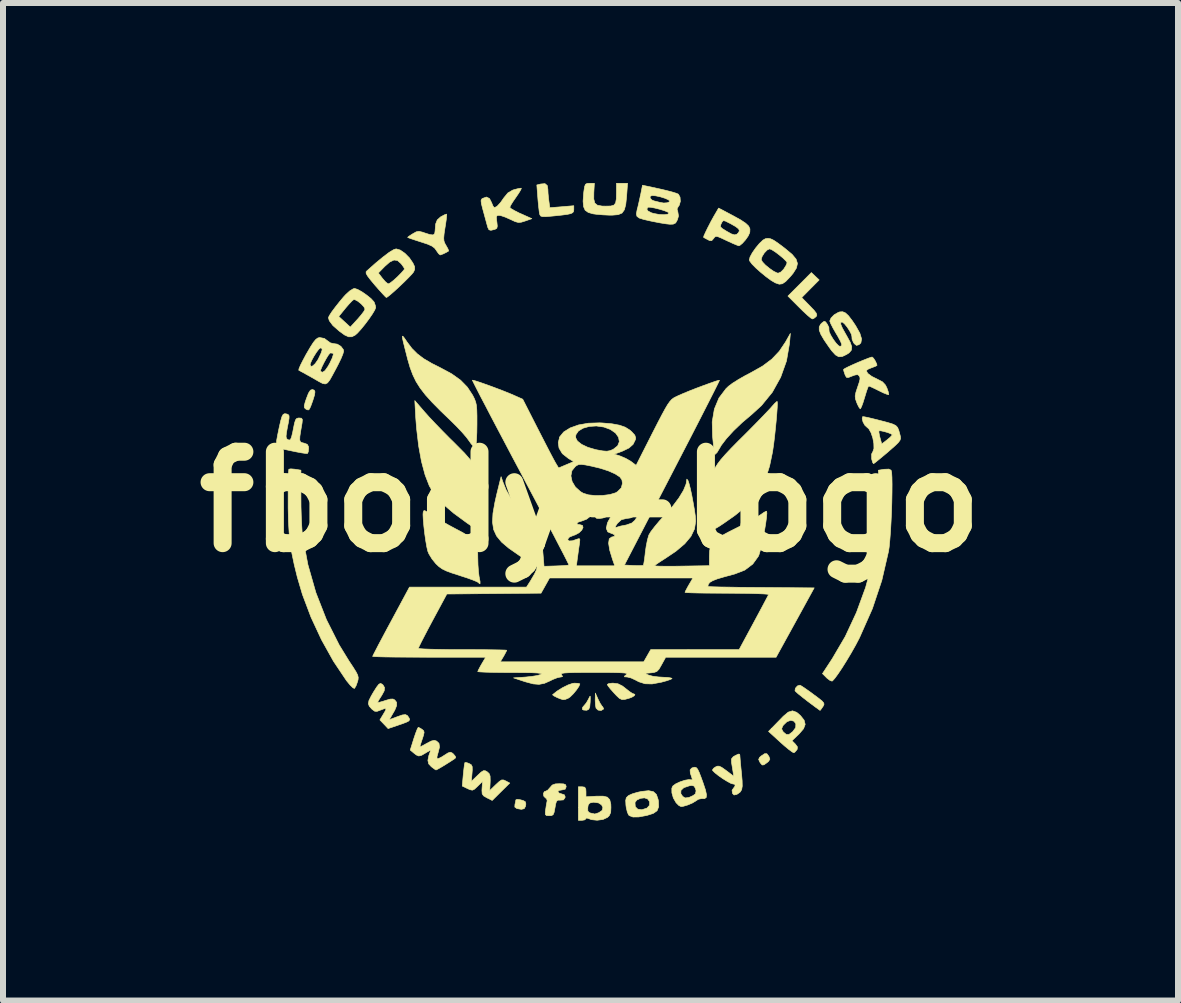
<source format=kicad_pcb>
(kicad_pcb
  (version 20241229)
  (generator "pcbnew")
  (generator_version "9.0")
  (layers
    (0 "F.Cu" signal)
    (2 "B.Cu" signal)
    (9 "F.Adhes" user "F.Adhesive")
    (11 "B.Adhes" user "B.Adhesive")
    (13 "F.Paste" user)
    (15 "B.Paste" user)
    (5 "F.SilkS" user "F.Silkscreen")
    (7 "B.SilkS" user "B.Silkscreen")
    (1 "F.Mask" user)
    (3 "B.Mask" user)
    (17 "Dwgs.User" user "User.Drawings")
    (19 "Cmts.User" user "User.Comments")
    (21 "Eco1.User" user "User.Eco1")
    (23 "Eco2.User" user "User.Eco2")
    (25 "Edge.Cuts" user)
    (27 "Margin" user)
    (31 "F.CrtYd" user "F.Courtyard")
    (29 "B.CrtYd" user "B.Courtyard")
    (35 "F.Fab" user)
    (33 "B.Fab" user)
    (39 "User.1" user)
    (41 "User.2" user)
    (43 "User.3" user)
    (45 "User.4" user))
  (footprint "fbody-logo"
    (layer "F.Cu")
    (at 6.793 5.314)
    (property "Reference" "fbody-logo" (at 0 0 0) (layer "F.SilkS") (effects (font (size 1.524 1.524) (thickness 0.3))))
    (attr through_hole)
    (fp_poly (pts (xy 0.279 0.203) (xy 0.293 0.224) (xy 0.261 0.25) (xy 0.259 0.251) (xy 0.207 0.27) (xy 0.149 0.278) (xy 0.103 0.276) (xy 0.085 0.262) (xy 0.087 0.257) (xy 0.127 0.227) (xy 0.189 0.205) (xy 0.251 0.197) (xy 0.279 0.203)) (stroke (width 0.01) (type solid)) (fill yes) (layer "F.SilkS"))
    (fp_poly (pts (xy -1.177 4.965) (xy -1.124 4.979) (xy -1.087 4.999) (xy -1.087 5) (xy -1.078 5.035) (xy -1.083 5.074) (xy -1.106 5.115) (xy -1.153 5.126) (xy -1.228 5.113) (xy -1.262 5.088) (xy -1.26 5.046) (xy -1.248 4.993) (xy -1.245 4.969) (xy -1.224 4.96) (xy -1.177 4.965)) (stroke (width 0.01) (type solid)) (fill yes) (layer "F.SilkS"))
    (fp_poly (pts (xy -0.004 3.275) (xy -0.006 3.34) (xy -0.013 3.417) (xy -0.029 3.457) (xy -0.058 3.473) (xy -0.067 3.475) (xy -0.117 3.471) (xy -0.137 3.459) (xy -0.132 3.426) (xy -0.11 3.4) (xy -0.07 3.352) (xy -0.034 3.289) (xy -0.014 3.247) (xy -0.005 3.24) (xy -0.004 3.275)) (stroke (width 0.01) (type solid)) (fill yes) (layer "F.SilkS"))
    (fp_poly (pts (xy 0.127 3.293) (xy 0.161 3.36) (xy 0.192 3.407) (xy 0.201 3.415) (xy 0.218 3.446) (xy 0.215 3.456) (xy 0.176 3.479) (xy 0.126 3.472) (xy 0.092 3.44) (xy 0.092 3.44) (xy 0.082 3.389) (xy 0.078 3.315) (xy 0.078 3.294) (xy 0.08 3.188) (xy 0.127 3.293)) (stroke (width 0.01) (type solid)) (fill yes) (layer "F.SilkS"))
    (fp_poly (pts (xy 2.939 4.199) (xy 2.971 4.241) (xy 2.974 4.246) (xy 2.989 4.29) (xy 2.968 4.326) (xy 2.943 4.347) (xy 2.891 4.384) (xy 2.861 4.387) (xy 2.834 4.357) (xy 2.822 4.339) (xy 2.802 4.295) (xy 2.817 4.261) (xy 2.844 4.237) (xy 2.901 4.199) (xy 2.939 4.199)) (stroke (width 0.01) (type solid)) (fill yes) (layer "F.SilkS"))
    (fp_poly (pts (xy -4.605 -1.86) (xy -4.593 -1.834) (xy -4.6 -1.781) (xy -4.628 -1.691) (xy -4.631 -1.682) (xy -4.663 -1.594) (xy -4.685 -1.546) (xy -4.705 -1.53) (xy -4.73 -1.537) (xy -4.75 -1.549) (xy -4.769 -1.568) (xy -4.772 -1.6) (xy -4.757 -1.658) (xy -4.737 -1.718) (xy -4.701 -1.811) (xy -4.669 -1.86) (xy -4.636 -1.872) (xy -4.605 -1.86)) (stroke (width 0.01) (type solid)) (fill yes) (layer "F.SilkS"))
    (fp_poly (pts (xy 3.746 -3.759) (xy 3.811 -3.698) (xy 3.665 -3.551) (xy 3.52 -3.404) (xy 3.656 -3.265) (xy 3.725 -3.193) (xy 3.762 -3.145) (xy 3.772 -3.113) (xy 3.761 -3.088) (xy 3.76 -3.087) (xy 3.72 -3.055) (xy 3.698 -3.048) (xy 3.669 -3.065) (xy 3.614 -3.111) (xy 3.541 -3.179) (xy 3.48 -3.239) (xy 3.29 -3.429) (xy 3.486 -3.625) (xy 3.681 -3.821) (xy 3.746 -3.759)) (stroke (width 0.01) (type solid)) (fill yes) (layer "F.SilkS"))
    (fp_poly (pts (xy -0.208 3.026) (xy -0.179 3.034) (xy -0.178 3.036) (xy -0.194 3.077) (xy -0.235 3.137) (xy -0.288 3.201) (xy -0.34 3.252) (xy -0.37 3.273) (xy -0.421 3.294) (xy -0.459 3.298) (xy -0.507 3.283) (xy -0.556 3.263) (xy -0.609 3.236) (xy -0.633 3.217) (xy -0.632 3.215) (xy -0.56 3.157) (xy -0.469 3.1) (xy -0.375 3.053) (xy -0.296 3.026) (xy -0.267 3.023) (xy -0.208 3.026)) (stroke (width 0.01) (type solid)) (fill yes) (layer "F.SilkS"))
    (fp_poly (pts (xy 0.457 3.033) (xy 0.531 3.07) (xy 0.584 3.111) (xy 0.647 3.161) (xy 0.696 3.193) (xy 0.714 3.2) (xy 0.74 3.21) (xy 0.73 3.232) (xy 0.689 3.257) (xy 0.641 3.275) (xy 0.571 3.294) (xy 0.523 3.296) (xy 0.482 3.277) (xy 0.432 3.23) (xy 0.389 3.184) (xy 0.332 3.12) (xy 0.292 3.069) (xy 0.279 3.044) (xy 0.302 3.031) (xy 0.358 3.023) (xy 0.379 3.023) (xy 0.457 3.033)) (stroke (width 0.01) (type solid)) (fill yes) (layer "F.SilkS"))
    (fp_poly (pts (xy 3.495 3.058) (xy 3.528 3.078) (xy 3.592 3.121) (xy 3.674 3.179) (xy 3.719 3.213) (xy 3.808 3.279) (xy 3.863 3.324) (xy 3.888 3.355) (xy 3.891 3.38) (xy 3.877 3.408) (xy 3.871 3.417) (xy 3.84 3.461) (xy 3.826 3.478) (xy 3.806 3.463) (xy 3.753 3.425) (xy 3.678 3.369) (xy 3.619 3.325) (xy 3.533 3.258) (xy 3.462 3.201) (xy 3.418 3.161) (xy 3.408 3.148) (xy 3.415 3.107) (xy 3.449 3.069) (xy 3.489 3.057) (xy 3.495 3.058)) (stroke (width 0.01) (type solid)) (fill yes) (layer "F.SilkS"))
    (fp_poly (pts (xy -0.721 -5.271) (xy -0.711 -5.209) (xy -0.708 -5.139) (xy -0.699 -5.05) (xy -0.695 -5.02) (xy -0.679 -4.902) (xy -0.479 -4.918) (xy -0.279 -4.935) (xy -0.279 -4.871) (xy -0.282 -4.842) (xy -0.296 -4.82) (xy -0.327 -4.804) (xy -0.385 -4.791) (xy -0.476 -4.779) (xy -0.608 -4.765) (xy -0.651 -4.761) (xy -0.746 -4.753) (xy -0.803 -4.754) (xy -0.832 -4.764) (xy -0.845 -4.787) (xy -0.847 -4.791) (xy -0.855 -4.837) (xy -0.865 -4.919) (xy -0.875 -5.022) (xy -0.878 -5.06) (xy -0.895 -5.281) (xy -0.83 -5.297) (xy -0.759 -5.303) (xy -0.721 -5.271)) (stroke (width 0.01) (type solid)) (fill yes) (layer "F.SilkS"))
    (fp_poly (pts (xy -2.766 -1.498) (xy -2.693 -1.416) (xy -2.592 -1.309) (xy -2.475 -1.188) (xy -2.352 -1.063) (xy -2.266 -0.979) (xy -2.098 -0.809) (xy -1.968 -0.659) (xy -1.872 -0.521) (xy -1.808 -0.384) (xy -1.773 -0.24) (xy -1.764 -0.078) (xy -1.776 0.11) (xy -1.809 0.334) (xy -1.82 0.4) (xy -1.835 0.456) (xy -1.851 0.482) (xy -1.853 0.483) (xy -1.88 0.469) (xy -1.939 0.433) (xy -2.018 0.381) (xy -2.059 0.353) (xy -2.28 0.191) (xy -2.456 0.041) (xy -2.584 -0.097) (xy -2.606 -0.125) (xy -2.687 -0.265) (xy -2.758 -0.449) (xy -2.818 -0.673) (xy -2.865 -0.931) (xy -2.899 -1.219) (xy -2.913 -1.396) (xy -2.929 -1.687) (xy -2.766 -1.498)) (stroke (width 0.01) (type solid)) (fill yes) (layer "F.SilkS"))
    (fp_poly (pts (xy 3.316 -2.636) (xy 3.266 -2.347) (xy 3.169 -2.076) (xy 3.03 -1.826) (xy 2.849 -1.604) (xy 2.688 -1.457) (xy 2.526 -1.32) (xy 2.383 -1.183) (xy 2.265 -1.054) (xy 2.179 -0.941) (xy 2.156 -0.901) (xy 2.109 -0.822) (xy 2.077 -0.791) (xy 2.06 -0.808) (xy 2.056 -0.845) (xy 2.052 -0.897) (xy 2.045 -0.983) (xy 2.035 -1.084) (xy 2.034 -1.092) (xy 2.028 -1.332) (xy 2.064 -1.546) (xy 2.141 -1.731) (xy 2.258 -1.886) (xy 2.301 -1.927) (xy 2.368 -1.977) (xy 2.466 -2.039) (xy 2.582 -2.105) (xy 2.67 -2.151) (xy 2.867 -2.262) (xy 3.022 -2.378) (xy 3.147 -2.51) (xy 3.251 -2.665) (xy 3.252 -2.667) (xy 3.331 -2.807) (xy 3.316 -2.636)) (stroke (width 0.01) (type solid)) (fill yes) (layer "F.SilkS"))
    (fp_poly (pts (xy 0.055 -5.155) (xy 0.054 -5.047) (xy 0.071 -4.979) (xy 0.115 -4.943) (xy 0.193 -4.929) (xy 0.254 -4.928) (xy 0.338 -4.93) (xy 0.39 -4.945) (xy 0.418 -4.981) (xy 0.43 -5.048) (xy 0.432 -5.156) (xy 0.432 -5.158) (xy 0.432 -5.309) (xy 0.617 -5.309) (xy 0.601 -5.086) (xy 0.587 -4.955) (xy 0.564 -4.867) (xy 0.525 -4.813) (xy 0.461 -4.786) (xy 0.366 -4.778) (xy 0.308 -4.778) (xy 0.202 -4.783) (xy 0.1 -4.792) (xy 0.04 -4.8) (xy -0.038 -4.823) (xy -0.089 -4.859) (xy -0.116 -4.919) (xy -0.124 -5.01) (xy -0.115 -5.139) (xy -0.111 -5.175) (xy -0.099 -5.253) (xy -0.084 -5.292) (xy -0.056 -5.307) (xy -0.016 -5.309) (xy 0.064 -5.309) (xy 0.055 -5.155)) (stroke (width 0.01) (type solid)) (fill yes) (layer "F.SilkS"))
    (fp_poly (pts (xy 5.01 -0.526) (xy 5.019 -0.488) (xy 5.024 -0.407) (xy 5.026 -0.292) (xy 5.025 -0.152) (xy 5.022 0.005) (xy 5.017 0.171) (xy 5.009 0.337) (xy 5 0.495) (xy 4.989 0.637) (xy 4.978 0.753) (xy 4.967 0.826) (xy 4.855 1.311) (xy 4.698 1.781) (xy 4.492 2.246) (xy 4.48 2.272) (xy 4.416 2.394) (xy 4.343 2.523) (xy 4.267 2.65) (xy 4.193 2.768) (xy 4.126 2.868) (xy 4.071 2.943) (xy 4.034 2.984) (xy 4.025 2.989) (xy 3.992 2.978) (xy 3.943 2.941) (xy 3.933 2.931) (xy 3.866 2.864) (xy 4.029 2.615) (xy 4.246 2.245) (xy 4.432 1.846) (xy 4.585 1.428) (xy 4.701 0.999) (xy 4.78 0.568) (xy 4.818 0.144) (xy 4.814 -0.257) (xy 4.797 -0.526) (xy 4.893 -0.542) (xy 4.973 -0.545) (xy 5.01 -0.526)) (stroke (width 0.01) (type solid)) (fill yes) (layer "F.SilkS"))
    (fp_poly (pts (xy 1.047 4.831) (xy 1.098 4.878) (xy 1.127 4.963) (xy 1.132 4.992) (xy 1.135 5.085) (xy 1.109 5.15) (xy 1.046 5.194) (xy 0.939 5.228) (xy 0.938 5.228) (xy 0.803 5.253) (xy 0.707 5.254) (xy 0.647 5.231) (xy 0.634 5.219) (xy 0.613 5.171) (xy 0.595 5.095) (xy 0.59 5.056) (xy 0.588 5.013) (xy 0.741 5.013) (xy 0.746 5.082) (xy 0.787 5.123) (xy 0.855 5.133) (xy 0.938 5.106) (xy 0.941 5.105) (xy 0.983 5.059) (xy 0.985 4.999) (xy 0.952 4.953) (xy 0.899 4.935) (xy 0.832 4.943) (xy 0.772 4.971) (xy 0.741 5.012) (xy 0.741 5.013) (xy 0.588 5.013) (xy 0.586 4.979) (xy 0.596 4.933) (xy 0.626 4.903) (xy 0.638 4.894) (xy 0.696 4.868) (xy 0.783 4.842) (xy 0.849 4.828) (xy 0.967 4.815) (xy 1.047 4.831)) (stroke (width 0.01) (type solid)) (fill yes) (layer "F.SilkS"))
    (fp_poly (pts (xy -0.449 4.702) (xy -0.415 4.716) (xy -0.406 4.747) (xy -0.406 4.75) (xy -0.422 4.79) (xy -0.468 4.801) (xy -0.527 4.811) (xy -0.545 4.833) (xy -0.52 4.857) (xy -0.487 4.867) (xy -0.435 4.885) (xy -0.423 4.917) (xy -0.425 4.932) (xy -0.452 4.969) (xy -0.505 4.973) (xy -0.544 4.973) (xy -0.567 4.991) (xy -0.582 5.04) (xy -0.592 5.099) (xy -0.607 5.177) (xy -0.624 5.216) (xy -0.653 5.231) (xy -0.688 5.232) (xy -0.734 5.23) (xy -0.753 5.212) (xy -0.753 5.165) (xy -0.747 5.124) (xy -0.736 5.05) (xy -0.725 4.994) (xy -0.722 4.984) (xy -0.733 4.948) (xy -0.75 4.937) (xy -0.779 4.907) (xy -0.786 4.864) (xy -0.77 4.831) (xy -0.752 4.826) (xy -0.714 4.807) (xy -0.675 4.763) (xy -0.638 4.721) (xy -0.586 4.702) (xy -0.52 4.699) (xy -0.449 4.702)) (stroke (width 0.01) (type solid)) (fill yes) (layer "F.SilkS"))
    (fp_poly (pts (xy 2.486 4.208) (xy 2.489 4.226) (xy 2.492 4.265) (xy 2.498 4.342) (xy 2.508 4.445) (xy 2.516 4.521) (xy 2.527 4.65) (xy 2.529 4.739) (xy 2.519 4.798) (xy 2.495 4.837) (xy 2.454 4.868) (xy 2.435 4.878) (xy 2.392 4.887) (xy 2.366 4.86) (xy 2.359 4.808) (xy 2.378 4.781) (xy 2.409 4.737) (xy 2.406 4.708) (xy 2.377 4.704) (xy 2.341 4.694) (xy 2.28 4.661) (xy 2.205 4.615) (xy 2.131 4.563) (xy 2.071 4.515) (xy 2.036 4.48) (xy 2.032 4.47) (xy 2.052 4.441) (xy 2.085 4.419) (xy 2.115 4.406) (xy 2.145 4.407) (xy 2.186 4.426) (xy 2.247 4.469) (xy 2.318 4.522) (xy 2.387 4.576) (xy 2.375 4.498) (xy 2.361 4.412) (xy 2.35 4.344) (xy 2.349 4.286) (xy 2.379 4.249) (xy 2.414 4.229) (xy 2.465 4.205) (xy 2.486 4.208)) (stroke (width 0.01) (type solid)) (fill yes) (layer "F.SilkS"))
    (fp_poly (pts (xy -2.065 4.347) (xy -2.023 4.363) (xy -1.988 4.383) (xy -1.972 4.415) (xy -1.971 4.472) (xy -1.975 4.525) (xy -1.987 4.661) (xy -1.884 4.562) (xy -1.824 4.506) (xy -1.785 4.482) (xy -1.754 4.483) (xy -1.723 4.5) (xy -1.69 4.53) (xy -1.674 4.572) (xy -1.672 4.641) (xy -1.673 4.676) (xy -1.68 4.813) (xy -1.58 4.716) (xy -1.52 4.661) (xy -1.481 4.636) (xy -1.447 4.637) (xy -1.413 4.653) (xy -1.346 4.688) (xy -1.493 4.833) (xy -1.639 4.978) (xy -1.727 4.934) (xy -1.782 4.902) (xy -1.806 4.868) (xy -1.81 4.812) (xy -1.808 4.775) (xy -1.8 4.661) (xy -1.882 4.741) (xy -1.934 4.79) (xy -1.97 4.807) (xy -2.011 4.798) (xy -2.051 4.78) (xy -2.138 4.738) (xy -2.121 4.547) (xy -2.111 4.454) (xy -2.102 4.383) (xy -2.094 4.347) (xy -2.093 4.346) (xy -2.065 4.347)) (stroke (width 0.01) (type solid)) (fill yes) (layer "F.SilkS"))
    (fp_poly (pts (xy 3.436 3.509) (xy 3.5 3.564) (xy 3.56 3.64) (xy 3.578 3.71) (xy 3.551 3.782) (xy 3.48 3.865) (xy 3.47 3.875) (xy 3.358 3.982) (xy 3.412 4.036) (xy 3.448 4.084) (xy 3.445 4.124) (xy 3.44 4.133) (xy 3.406 4.172) (xy 3.389 4.183) (xy 3.362 4.17) (xy 3.306 4.129) (xy 3.231 4.067) (xy 3.166 4.009) (xy 2.967 3.827) (xy 3.009 3.784) (xy 3.185 3.784) (xy 3.205 3.825) (xy 3.215 3.838) (xy 3.263 3.878) (xy 3.308 3.878) (xy 3.364 3.836) (xy 3.37 3.831) (xy 3.42 3.763) (xy 3.422 3.699) (xy 3.39 3.657) (xy 3.337 3.642) (xy 3.273 3.666) (xy 3.215 3.722) (xy 3.204 3.738) (xy 3.185 3.784) (xy 3.009 3.784) (xy 3.044 3.749) (xy 3.11 3.681) (xy 3.186 3.603) (xy 3.213 3.575) (xy 3.295 3.506) (xy 3.366 3.484) (xy 3.436 3.509)) (stroke (width 0.01) (type solid)) (fill yes) (layer "F.SilkS"))
    (fp_poly (pts (xy -0.096 4.757) (xy -0.079 4.789) (xy -0.076 4.833) (xy -0.076 4.917) (xy 0.096 4.907) (xy 0.209 4.906) (xy 0.28 4.923) (xy 0.32 4.965) (xy 0.338 5.039) (xy 0.34 5.096) (xy 0.336 5.178) (xy 0.313 5.23) (xy 0.283 5.26) (xy 0.208 5.295) (xy 0.11 5.308) (xy 0.015 5.298) (xy -0.027 5.282) (xy -0.068 5.269) (xy -0.076 5.282) (xy -0.098 5.302) (xy -0.14 5.309) (xy -0.203 5.309) (xy -0.203 5.097) (xy -0.046 5.097) (xy -0.045 5.155) (xy -0.02 5.182) (xy 0.005 5.189) (xy 0.052 5.199) (xy 0.068 5.204) (xy 0.092 5.198) (xy 0.138 5.182) (xy 0.193 5.145) (xy 0.206 5.098) (xy 0.184 5.052) (xy 0.133 5.019) (xy 0.057 5.008) (xy 0.046 5.008) (xy -0.013 5.021) (xy -0.038 5.052) (xy -0.046 5.097) (xy -0.203 5.097) (xy -0.203 4.75) (xy -0.14 4.75) (xy -0.096 4.757)) (stroke (width 0.01) (type solid)) (fill yes) (layer "F.SilkS"))
    (fp_poly (pts (xy 3.114 -1.643) (xy 3.112 -1.573) (xy 3.105 -1.473) (xy 3.095 -1.352) (xy 3.082 -1.22) (xy 3.068 -1.087) (xy 3.053 -0.964) (xy 3.038 -0.86) (xy 3.034 -0.832) (xy 2.985 -0.597) (xy 2.922 -0.397) (xy 2.839 -0.224) (xy 2.73 -0.069) (xy 2.589 0.078) (xy 2.411 0.224) (xy 2.235 0.348) (xy 2.136 0.414) (xy 2.072 0.451) (xy 2.032 0.455) (xy 2.01 0.421) (xy 1.995 0.346) (xy 1.981 0.225) (xy 1.961 0.011) (xy 1.962 -0.167) (xy 1.984 -0.321) (xy 2.028 -0.461) (xy 2.051 -0.516) (xy 2.083 -0.577) (xy 2.123 -0.639) (xy 2.176 -0.708) (xy 2.248 -0.79) (xy 2.344 -0.892) (xy 2.469 -1.019) (xy 2.533 -1.082) (xy 2.656 -1.205) (xy 2.772 -1.323) (xy 2.873 -1.427) (xy 2.954 -1.512) (xy 3.008 -1.57) (xy 3.02 -1.584) (xy 3.068 -1.638) (xy 3.102 -1.669) (xy 3.111 -1.673) (xy 3.114 -1.643)) (stroke (width 0.01) (type solid)) (fill yes) (layer "F.SilkS"))
    (fp_poly (pts (xy -2.728 0.166) (xy -2.66 0.213) (xy -2.66 0.213) (xy -2.588 0.26) (xy -2.485 0.321) (xy -2.365 0.388) (xy -2.259 0.445) (xy -2.119 0.52) (xy -2.019 0.581) (xy -1.951 0.637) (xy -1.91 0.696) (xy -1.888 0.766) (xy -1.88 0.857) (xy -1.879 0.937) (xy -1.876 1.052) (xy -1.868 1.161) (xy -1.858 1.243) (xy -1.855 1.257) (xy -1.841 1.332) (xy -1.842 1.367) (xy -1.859 1.358) (xy -1.866 1.348) (xy -1.895 1.331) (xy -1.963 1.303) (xy -2.06 1.268) (xy -2.175 1.231) (xy -2.179 1.229) (xy -2.311 1.187) (xy -2.405 1.152) (xy -2.472 1.119) (xy -2.526 1.081) (xy -2.576 1.034) (xy -2.578 1.032) (xy -2.642 0.953) (xy -2.694 0.868) (xy -2.712 0.825) (xy -2.729 0.753) (xy -2.747 0.649) (xy -2.764 0.53) (xy -2.778 0.408) (xy -2.788 0.297) (xy -2.792 0.214) (xy -2.79 0.18) (xy -2.782 0.152) (xy -2.765 0.146) (xy -2.728 0.166)) (stroke (width 0.01) (type solid)) (fill yes) (layer "F.SilkS"))
    (fp_poly (pts (xy -4.935 -0.544) (xy -4.92 -0.542) (xy -4.827 -0.527) (xy -4.827 -0.079) (xy -4.826 0.085) (xy -4.821 0.248) (xy -4.814 0.396) (xy -4.806 0.517) (xy -4.8 0.572) (xy -4.711 1.048) (xy -4.578 1.514) (xy -4.403 1.962) (xy -4.19 2.385) (xy -4.025 2.654) (xy -3.954 2.761) (xy -3.907 2.837) (xy -3.881 2.889) (xy -3.872 2.929) (xy -3.875 2.966) (xy -3.885 3.002) (xy -3.908 3.066) (xy -3.932 3.107) (xy -3.936 3.111) (xy -3.962 3.099) (xy -4.007 3.055) (xy -4.062 2.988) (xy -4.069 2.979) (xy -4.285 2.657) (xy -4.484 2.3) (xy -4.659 1.924) (xy -4.802 1.545) (xy -4.887 1.257) (xy -4.939 1.045) (xy -4.978 0.859) (xy -5.006 0.687) (xy -5.024 0.513) (xy -5.035 0.324) (xy -5.04 0.104) (xy -5.04 -0.004) (xy -5.04 -0.162) (xy -5.039 -0.303) (xy -5.036 -0.418) (xy -5.033 -0.499) (xy -5.029 -0.54) (xy -5.028 -0.543) (xy -4.996 -0.549) (xy -4.935 -0.544)) (stroke (width 0.01) (type solid)) (fill yes) (layer "F.SilkS"))
    (fp_poly (pts (xy -3.125 -2.757) (xy -3.1 -2.726) (xy -3.063 -2.671) (xy -3.056 -2.661) (xy -2.977 -2.556) (xy -2.889 -2.468) (xy -2.783 -2.387) (xy -2.647 -2.307) (xy -2.502 -2.234) (xy -2.313 -2.132) (xy -2.166 -2.027) (xy -2.053 -1.911) (xy -1.965 -1.777) (xy -1.962 -1.771) (xy -1.934 -1.715) (xy -1.915 -1.664) (xy -1.902 -1.608) (xy -1.896 -1.535) (xy -1.893 -1.435) (xy -1.893 -1.295) (xy -1.893 -1.29) (xy -1.895 -1.155) (xy -1.9 -1.043) (xy -1.907 -0.961) (xy -1.917 -0.919) (xy -1.919 -0.916) (xy -1.948 -0.919) (xy -1.993 -0.971) (xy -2.02 -1.01) (xy -2.069 -1.076) (xy -2.145 -1.164) (xy -2.237 -1.261) (xy -2.323 -1.346) (xy -2.498 -1.514) (xy -2.639 -1.657) (xy -2.751 -1.781) (xy -2.839 -1.895) (xy -2.908 -2.004) (xy -2.962 -2.116) (xy -3.008 -2.239) (xy -3.049 -2.38) (xy -3.058 -2.416) (xy -3.096 -2.565) (xy -3.122 -2.67) (xy -3.136 -2.733) (xy -3.136 -2.761) (xy -3.125 -2.757)) (stroke (width 0.01) (type solid)) (fill yes) (layer "F.SilkS"))
    (fp_poly (pts (xy -2.398 -4.794) (xy -2.398 -4.767) (xy -2.405 -4.702) (xy -2.418 -4.611) (xy -2.425 -4.571) (xy -2.441 -4.465) (xy -2.447 -4.395) (xy -2.443 -4.347) (xy -2.428 -4.307) (xy -2.408 -4.272) (xy -2.377 -4.217) (xy -2.365 -4.184) (xy -2.366 -4.18) (xy -2.403 -4.158) (xy -2.456 -4.132) (xy -2.499 -4.116) (xy -2.507 -4.115) (xy -2.532 -4.135) (xy -2.566 -4.183) (xy -2.57 -4.19) (xy -2.6 -4.23) (xy -2.645 -4.263) (xy -2.717 -4.295) (xy -2.827 -4.331) (xy -2.83 -4.332) (xy -2.926 -4.363) (xy -3.001 -4.388) (xy -3.043 -4.404) (xy -3.048 -4.408) (xy -3.029 -4.425) (xy -2.98 -4.457) (xy -2.962 -4.468) (xy -2.905 -4.5) (xy -2.859 -4.508) (xy -2.8 -4.494) (xy -2.769 -4.483) (xy -2.678 -4.454) (xy -2.624 -4.448) (xy -2.598 -4.468) (xy -2.591 -4.515) (xy -2.59 -4.528) (xy -2.582 -4.63) (xy -2.555 -4.698) (xy -2.5 -4.748) (xy -2.484 -4.757) (xy -2.431 -4.785) (xy -2.4 -4.795) (xy -2.398 -4.794)) (stroke (width 0.01) (type solid)) (fill yes) (layer "F.SilkS"))
    (fp_poly (pts (xy -3.474 3.04) (xy -3.459 3.053) (xy -3.433 3.097) (xy -3.439 3.151) (xy -3.48 3.227) (xy -3.492 3.245) (xy -3.528 3.302) (xy -3.547 3.339) (xy -3.547 3.345) (xy -3.521 3.342) (xy -3.462 3.326) (xy -3.42 3.312) (xy -3.341 3.289) (xy -3.293 3.287) (xy -3.263 3.303) (xy -3.232 3.343) (xy -3.232 3.397) (xy -3.263 3.474) (xy -3.291 3.522) (xy -3.355 3.633) (xy -3.223 3.583) (xy -3.138 3.553) (xy -3.085 3.547) (xy -3.051 3.564) (xy -3.023 3.606) (xy -3.015 3.631) (xy -3.029 3.653) (xy -3.072 3.675) (xy -3.153 3.705) (xy -3.186 3.716) (xy -3.374 3.78) (xy -3.442 3.708) (xy -3.511 3.636) (xy -3.458 3.548) (xy -3.418 3.48) (xy -3.409 3.448) (xy -3.435 3.447) (xy -3.496 3.47) (xy -3.558 3.493) (xy -3.597 3.491) (xy -3.637 3.462) (xy -3.648 3.452) (xy -3.688 3.407) (xy -3.703 3.365) (xy -3.693 3.311) (xy -3.655 3.236) (xy -3.618 3.172) (xy -3.564 3.087) (xy -3.528 3.041) (xy -3.5 3.027) (xy -3.474 3.04)) (stroke (width 0.01) (type solid)) (fill yes) (layer "F.SilkS"))
    (fp_poly (pts (xy -5.061 -1.463) (xy -5.037 -1.452) (xy -5.025 -1.433) (xy -5.025 -1.393) (xy -5.036 -1.322) (xy -5.05 -1.254) (xy -5.068 -1.154) (xy -5.075 -1.092) (xy -5.069 -1.058) (xy -5.053 -1.041) (xy -5.024 -1.028) (xy -5.002 -1.037) (xy -4.984 -1.078) (xy -4.965 -1.156) (xy -4.953 -1.218) (xy -4.934 -1.311) (xy -4.917 -1.365) (xy -4.896 -1.39) (xy -4.866 -1.397) (xy -4.857 -1.397) (xy -4.817 -1.393) (xy -4.803 -1.37) (xy -4.808 -1.314) (xy -4.81 -1.302) (xy -4.832 -1.174) (xy -4.845 -1.088) (xy -4.847 -1.034) (xy -4.839 -1.004) (xy -4.819 -0.989) (xy -4.786 -0.98) (xy -4.778 -0.979) (xy -4.722 -0.958) (xy -4.701 -0.92) (xy -4.699 -0.888) (xy -4.705 -0.833) (xy -4.718 -0.805) (xy -4.749 -0.806) (xy -4.819 -0.816) (xy -4.915 -0.834) (xy -4.991 -0.85) (xy -5.1 -0.873) (xy -5.174 -0.892) (xy -5.217 -0.918) (xy -5.235 -0.958) (xy -5.232 -1.022) (xy -5.214 -1.12) (xy -5.191 -1.232) (xy -5.165 -1.347) (xy -5.144 -1.419) (xy -5.123 -1.457) (xy -5.096 -1.469) (xy -5.061 -1.463)) (stroke (width 0.01) (type solid)) (fill yes) (layer "F.SilkS"))
    (fp_poly (pts (xy -3.882 -3.54) (xy -3.81 -3.5) (xy -3.731 -3.445) (xy -3.66 -3.388) (xy -3.613 -3.337) (xy -3.606 -3.327) (xy -3.585 -3.266) (xy -3.581 -3.236) (xy -3.597 -3.196) (xy -3.637 -3.129) (xy -3.694 -3.046) (xy -3.76 -2.958) (xy -3.826 -2.877) (xy -3.884 -2.813) (xy -3.921 -2.78) (xy -3.977 -2.751) (xy -4.032 -2.75) (xy -4.099 -2.78) (xy -4.188 -2.845) (xy -4.295 -2.939) (xy -4.354 -3.018) (xy -4.369 -3.069) (xy -4.36 -3.089) (xy -4.197 -3.089) (xy -4.101 -3.001) (xy -4.004 -2.912) (xy -3.882 -3.045) (xy -3.821 -3.116) (xy -3.777 -3.175) (xy -3.759 -3.212) (xy -3.759 -3.213) (xy -3.778 -3.251) (xy -3.823 -3.299) (xy -3.878 -3.343) (xy -3.927 -3.369) (xy -3.947 -3.371) (xy -3.976 -3.348) (xy -4.026 -3.295) (xy -4.086 -3.226) (xy -4.086 -3.225) (xy -4.197 -3.089) (xy -4.36 -3.089) (xy -4.353 -3.104) (xy -4.313 -3.166) (xy -4.254 -3.245) (xy -4.186 -3.331) (xy -4.117 -3.414) (xy -4.075 -3.459) (xy -4.013 -3.515) (xy -3.956 -3.55) (xy -3.932 -3.556) (xy -3.882 -3.54)) (stroke (width 0.01) (type solid)) (fill yes) (layer "F.SilkS"))
    (fp_poly (pts (xy -3.172 -4.196) (xy -3.094 -4.142) (xy -3.019 -4.066) (xy -2.961 -3.981) (xy -2.932 -3.919) (xy -2.931 -3.874) (xy -2.949 -3.831) (xy -2.978 -3.795) (xy -3.033 -3.737) (xy -3.105 -3.665) (xy -3.185 -3.589) (xy -3.264 -3.516) (xy -3.333 -3.456) (xy -3.383 -3.416) (xy -3.404 -3.405) (xy -3.424 -3.423) (xy -3.47 -3.472) (xy -3.535 -3.544) (xy -3.592 -3.609) (xy -3.67 -3.703) (xy -3.718 -3.766) (xy -3.74 -3.807) (xy -3.74 -3.814) (xy -3.537 -3.814) (xy -3.467 -3.723) (xy -3.419 -3.668) (xy -3.38 -3.636) (xy -3.369 -3.633) (xy -3.337 -3.649) (xy -3.282 -3.692) (xy -3.219 -3.749) (xy -3.158 -3.811) (xy -3.115 -3.859) (xy -3.1 -3.882) (xy -3.115 -3.911) (xy -3.151 -3.961) (xy -3.161 -3.972) (xy -3.217 -4.022) (xy -3.276 -4.03) (xy -3.346 -3.997) (xy -3.433 -3.921) (xy -3.438 -3.915) (xy -3.537 -3.814) (xy -3.74 -3.814) (xy -3.741 -3.833) (xy -3.731 -3.846) (xy -3.586 -3.975) (xy -3.459 -4.08) (xy -3.356 -4.158) (xy -3.279 -4.204) (xy -3.24 -4.216) (xy -3.172 -4.196)) (stroke (width 0.01) (type solid)) (fill yes) (layer "F.SilkS"))
    (fp_poly (pts (xy 1.761 4.43) (xy 1.785 4.456) (xy 1.811 4.51) (xy 1.846 4.601) (xy 1.876 4.684) (xy 1.916 4.804) (xy 1.933 4.883) (xy 1.928 4.929) (xy 1.9 4.948) (xy 1.851 4.947) (xy 1.8 4.957) (xy 1.762 4.981) (xy 1.701 5.019) (xy 1.619 5.054) (xy 1.54 5.077) (xy 1.509 5.08) (xy 1.472 5.062) (xy 1.427 5.017) (xy 1.425 5.014) (xy 1.38 4.936) (xy 1.36 4.865) (xy 1.505 4.865) (xy 1.537 4.912) (xy 1.578 4.936) (xy 1.635 4.929) (xy 1.65 4.924) (xy 1.711 4.896) (xy 1.748 4.868) (xy 1.759 4.819) (xy 1.749 4.778) (xy 1.725 4.738) (xy 1.685 4.728) (xy 1.647 4.734) (xy 1.555 4.765) (xy 1.507 4.81) (xy 1.505 4.865) (xy 1.36 4.865) (xy 1.356 4.85) (xy 1.355 4.775) (xy 1.371 4.738) (xy 1.419 4.702) (xy 1.492 4.668) (xy 1.573 4.641) (xy 1.64 4.63) (xy 1.666 4.633) (xy 1.695 4.635) (xy 1.692 4.608) (xy 1.663 4.521) (xy 1.66 4.469) (xy 1.684 4.44) (xy 1.702 4.432) (xy 1.735 4.424) (xy 1.761 4.43)) (stroke (width 0.01) (type solid)) (fill yes) (layer "F.SilkS"))
    (fp_poly (pts (xy 4.562 -1.417) (xy 4.628 -1.404) (xy 4.723 -1.381) (xy 4.83 -1.354) (xy 4.952 -1.322) (xy 5.034 -1.297) (xy 5.087 -1.272) (xy 5.118 -1.239) (xy 5.138 -1.191) (xy 5.157 -1.121) (xy 5.165 -1.089) (xy 5.168 -1.057) (xy 5.158 -1.025) (xy 5.128 -0.985) (xy 5.072 -0.931) (xy 4.984 -0.854) (xy 4.955 -0.828) (xy 4.865 -0.753) (xy 4.79 -0.691) (xy 4.738 -0.649) (xy 4.716 -0.635) (xy 4.702 -0.657) (xy 4.687 -0.71) (xy 4.686 -0.713) (xy 4.685 -0.796) (xy 4.705 -0.834) (xy 4.724 -0.888) (xy 4.722 -0.97) (xy 4.705 -1.064) (xy 4.675 -1.152) (xy 4.658 -1.182) (xy 4.806 -1.182) (xy 4.807 -1.155) (xy 4.818 -1.096) (xy 4.825 -1.069) (xy 4.854 -0.964) (xy 4.941 -1.031) (xy 4.995 -1.076) (xy 5.026 -1.11) (xy 5.029 -1.118) (xy 5.007 -1.133) (xy 4.955 -1.154) (xy 4.891 -1.172) (xy 4.835 -1.184) (xy 4.806 -1.182) (xy 4.658 -1.182) (xy 4.638 -1.217) (xy 4.611 -1.24) (xy 4.573 -1.275) (xy 4.542 -1.33) (xy 4.528 -1.386) (xy 4.535 -1.419) (xy 4.562 -1.417)) (stroke (width 0.01) (type solid)) (fill yes) (layer "F.SilkS"))
    (fp_poly (pts (xy 2.377 -4.768) (xy 2.502 -4.699) (xy 2.586 -4.643) (xy 2.636 -4.595) (xy 2.657 -4.548) (xy 2.655 -4.496) (xy 2.652 -4.483) (xy 2.627 -4.429) (xy 2.583 -4.366) (xy 2.532 -4.309) (xy 2.488 -4.273) (xy 2.472 -4.267) (xy 2.44 -4.278) (xy 2.375 -4.305) (xy 2.29 -4.344) (xy 2.268 -4.354) (xy 2.177 -4.397) (xy 2.121 -4.42) (xy 2.089 -4.424) (xy 2.068 -4.411) (xy 2.052 -4.389) (xy 2.02 -4.353) (xy 1.983 -4.355) (xy 1.955 -4.369) (xy 1.906 -4.395) (xy 1.884 -4.408) (xy 1.89 -4.433) (xy 1.916 -4.491) (xy 1.955 -4.571) (xy 1.975 -4.609) (xy 2.166 -4.609) (xy 2.167 -4.582) (xy 2.196 -4.554) (xy 2.261 -4.514) (xy 2.267 -4.51) (xy 2.348 -4.465) (xy 2.401 -4.449) (xy 2.438 -4.459) (xy 2.466 -4.486) (xy 2.481 -4.517) (xy 2.468 -4.549) (xy 2.42 -4.587) (xy 2.332 -4.637) (xy 2.306 -4.65) (xy 2.246 -4.68) (xy 2.214 -4.686) (xy 2.195 -4.668) (xy 2.185 -4.65) (xy 2.166 -4.609) (xy 1.975 -4.609) (xy 2.003 -4.664) (xy 2.054 -4.757) (xy 2.074 -4.791) (xy 2.135 -4.896) (xy 2.377 -4.768)) (stroke (width 0.01) (type solid)) (fill yes) (layer "F.SilkS"))
    (fp_poly (pts (xy 3.001 -4.384) (xy 3.054 -4.359) (xy 3.126 -4.31) (xy 3.226 -4.235) (xy 3.25 -4.216) (xy 3.36 -4.124) (xy 3.426 -4.045) (xy 3.449 -3.973) (xy 3.432 -3.897) (xy 3.376 -3.808) (xy 3.326 -3.749) (xy 3.253 -3.672) (xy 3.197 -3.634) (xy 3.145 -3.627) (xy 3.084 -3.648) (xy 3.079 -3.65) (xy 3.009 -3.691) (xy 2.926 -3.752) (xy 2.838 -3.824) (xy 2.756 -3.897) (xy 2.691 -3.963) (xy 2.653 -4.014) (xy 2.647 -4.029) (xy 2.649 -4.038) (xy 2.845 -4.038) (xy 2.865 -3.999) (xy 2.915 -3.946) (xy 2.982 -3.891) (xy 3.051 -3.843) (xy 3.11 -3.814) (xy 3.129 -3.811) (xy 3.171 -3.829) (xy 3.219 -3.876) (xy 3.224 -3.884) (xy 3.259 -3.94) (xy 3.276 -3.982) (xy 3.277 -3.985) (xy 3.257 -4.015) (xy 3.209 -4.062) (xy 3.144 -4.116) (xy 3.076 -4.167) (xy 3.017 -4.204) (xy 2.984 -4.216) (xy 2.943 -4.196) (xy 2.896 -4.147) (xy 2.859 -4.087) (xy 2.845 -4.038) (xy 2.649 -4.038) (xy 2.658 -4.079) (xy 2.697 -4.151) (xy 2.753 -4.231) (xy 2.815 -4.306) (xy 2.874 -4.362) (xy 2.915 -4.385) (xy 2.957 -4.391) (xy 3.001 -4.384)) (stroke (width 0.01) (type solid)) (fill yes) (layer "F.SilkS"))
    (fp_poly (pts (xy -1.153 -5.226) (xy -1.162 -5.202) (xy -1.194 -5.148) (xy -1.242 -5.077) (xy -1.245 -5.073) (xy -1.296 -4.999) (xy -1.332 -4.94) (xy -1.346 -4.908) (xy -1.346 -4.908) (xy -1.325 -4.887) (xy -1.267 -4.853) (xy -1.186 -4.812) (xy -1.162 -4.802) (xy -0.978 -4.719) (xy -1.09 -4.68) (xy -1.155 -4.66) (xy -1.204 -4.656) (xy -1.256 -4.67) (xy -1.333 -4.706) (xy -1.338 -4.708) (xy -1.421 -4.745) (xy -1.492 -4.769) (xy -1.526 -4.775) (xy -1.558 -4.77) (xy -1.569 -4.745) (xy -1.565 -4.688) (xy -1.561 -4.664) (xy -1.554 -4.595) (xy -1.562 -4.559) (xy -1.591 -4.542) (xy -1.604 -4.538) (xy -1.661 -4.525) (xy -1.693 -4.534) (xy -1.713 -4.575) (xy -1.728 -4.629) (xy -1.752 -4.717) (xy -1.781 -4.823) (xy -1.798 -4.885) (xy -1.819 -4.969) (xy -1.825 -5.019) (xy -1.815 -5.045) (xy -1.802 -5.056) (xy -1.735 -5.08) (xy -1.684 -5.055) (xy -1.651 -4.991) (xy -1.627 -4.933) (xy -1.606 -4.903) (xy -1.603 -4.902) (xy -1.558 -4.925) (xy -1.499 -4.989) (xy -1.443 -5.069) (xy -1.378 -5.148) (xy -1.298 -5.195) (xy -1.27 -5.204) (xy -1.203 -5.221) (xy -1.16 -5.227) (xy -1.153 -5.226)) (stroke (width 0.01) (type solid)) (fill yes) (layer "F.SilkS"))
    (fp_poly (pts (xy -2.84 3.773) (xy -2.808 3.793) (xy -2.781 3.817) (xy -2.774 3.845) (xy -2.785 3.895) (xy -2.803 3.95) (xy -2.827 4.022) (xy -2.842 4.071) (xy -2.845 4.084) (xy -2.825 4.078) (xy -2.775 4.052) (xy -2.731 4.027) (xy -2.656 3.988) (xy -2.605 3.976) (xy -2.566 3.988) (xy -2.526 4.026) (xy -2.517 4.087) (xy -2.54 4.179) (xy -2.543 4.189) (xy -2.559 4.247) (xy -2.559 4.282) (xy -2.558 4.283) (xy -2.531 4.278) (xy -2.477 4.251) (xy -2.44 4.227) (xy -2.377 4.187) (xy -2.339 4.174) (xy -2.31 4.184) (xy -2.286 4.203) (xy -2.253 4.243) (xy -2.248 4.267) (xy -2.272 4.287) (xy -2.327 4.323) (xy -2.398 4.368) (xy -2.471 4.413) (xy -2.533 4.449) (xy -2.572 4.469) (xy -2.576 4.47) (xy -2.599 4.456) (xy -2.645 4.422) (xy -2.653 4.416) (xy -2.698 4.368) (xy -2.711 4.31) (xy -2.695 4.23) (xy -2.677 4.18) (xy -2.668 4.151) (xy -2.68 4.147) (xy -2.722 4.17) (xy -2.748 4.186) (xy -2.817 4.226) (xy -2.863 4.237) (xy -2.904 4.22) (xy -2.944 4.189) (xy -3.005 4.138) (xy -2.946 3.949) (xy -2.916 3.86) (xy -2.89 3.793) (xy -2.873 3.761) (xy -2.871 3.759) (xy -2.84 3.773)) (stroke (width 0.01) (type solid)) (fill yes) (layer "F.SilkS"))
    (fp_poly (pts (xy 4.717 -2.393) (xy 4.746 -2.348) (xy 4.769 -2.299) (xy 4.775 -2.274) (xy 4.754 -2.261) (xy 4.701 -2.24) (xy 4.686 -2.235) (xy 4.628 -2.211) (xy 4.598 -2.188) (xy 4.597 -2.184) (xy 4.621 -2.14) (xy 4.688 -2.09) (xy 4.786 -2.041) (xy 4.867 -1.999) (xy 4.916 -1.946) (xy 4.941 -1.895) (xy 4.963 -1.832) (xy 4.971 -1.792) (xy 4.969 -1.786) (xy 4.943 -1.791) (xy 4.884 -1.814) (xy 4.806 -1.852) (xy 4.804 -1.853) (xy 4.725 -1.892) (xy 4.665 -1.92) (xy 4.637 -1.93) (xy 4.637 -1.93) (xy 4.624 -1.908) (xy 4.602 -1.848) (xy 4.576 -1.763) (xy 4.569 -1.74) (xy 4.541 -1.65) (xy 4.516 -1.583) (xy 4.498 -1.551) (xy 4.496 -1.549) (xy 4.477 -1.571) (xy 4.449 -1.625) (xy 4.438 -1.652) (xy 4.416 -1.714) (xy 4.411 -1.764) (xy 4.423 -1.824) (xy 4.447 -1.897) (xy 4.476 -1.983) (xy 4.49 -2.035) (xy 4.492 -2.066) (xy 4.483 -2.089) (xy 4.475 -2.102) (xy 4.451 -2.12) (xy 4.407 -2.113) (xy 4.36 -2.096) (xy 4.299 -2.072) (xy 4.268 -2.073) (xy 4.25 -2.101) (xy 4.241 -2.122) (xy 4.223 -2.176) (xy 4.217 -2.205) (xy 4.238 -2.221) (xy 4.295 -2.25) (xy 4.375 -2.287) (xy 4.466 -2.327) (xy 4.556 -2.364) (xy 4.632 -2.394) (xy 4.683 -2.411) (xy 4.694 -2.413) (xy 4.717 -2.393)) (stroke (width 0.01) (type solid)) (fill yes) (layer "F.SilkS"))
    (fp_poly (pts (xy 4.248 -3.149) (xy 4.299 -3.102) (xy 4.362 -3.02) (xy 4.419 -2.935) (xy 4.489 -2.81) (xy 4.518 -2.715) (xy 4.506 -2.648) (xy 4.473 -2.618) (xy 4.432 -2.607) (xy 4.397 -2.635) (xy 4.384 -2.653) (xy 4.359 -2.709) (xy 4.357 -2.75) (xy 4.35 -2.788) (xy 4.32 -2.847) (xy 4.278 -2.912) (xy 4.233 -2.967) (xy 4.197 -2.996) (xy 4.191 -2.997) (xy 4.17 -2.988) (xy 4.172 -2.956) (xy 4.198 -2.895) (xy 4.25 -2.801) (xy 4.269 -2.768) (xy 4.327 -2.662) (xy 4.354 -2.585) (xy 4.349 -2.53) (xy 4.312 -2.485) (xy 4.27 -2.457) (xy 4.197 -2.422) (xy 4.138 -2.417) (xy 4.083 -2.448) (xy 4.02 -2.517) (xy 3.98 -2.572) (xy 3.894 -2.697) (xy 3.839 -2.791) (xy 3.812 -2.861) (xy 3.812 -2.915) (xy 3.835 -2.959) (xy 3.857 -2.981) (xy 3.893 -3.008) (xy 3.918 -2.999) (xy 3.947 -2.959) (xy 3.973 -2.906) (xy 3.974 -2.869) (xy 3.978 -2.833) (xy 4.005 -2.775) (xy 4.047 -2.706) (xy 4.093 -2.644) (xy 4.135 -2.601) (xy 4.156 -2.591) (xy 4.182 -2.598) (xy 4.187 -2.624) (xy 4.167 -2.675) (xy 4.122 -2.758) (xy 4.089 -2.813) (xy 4.041 -2.897) (xy 4.005 -2.968) (xy 3.988 -3.011) (xy 3.988 -3.015) (xy 4.009 -3.064) (xy 4.061 -3.117) (xy 4.128 -3.156) (xy 4.153 -3.165) (xy 4.202 -3.168) (xy 4.248 -3.149)) (stroke (width 0.01) (type solid)) (fill yes) (layer "F.SilkS"))
    (fp_poly (pts (xy 1.149 -5.216) (xy 1.265 -5.189) (xy 1.364 -5.163) (xy 1.435 -5.141) (xy 1.465 -5.127) (xy 1.492 -5.077) (xy 1.497 -5.007) (xy 1.479 -4.943) (xy 1.464 -4.923) (xy 1.442 -4.881) (xy 1.455 -4.834) (xy 1.466 -4.763) (xy 1.448 -4.7) (xy 1.419 -4.648) (xy 1.378 -4.628) (xy 1.324 -4.626) (xy 1.258 -4.633) (xy 1.159 -4.649) (xy 1.045 -4.671) (xy 0.997 -4.681) (xy 0.883 -4.707) (xy 0.811 -4.73) (xy 0.774 -4.758) (xy 0.764 -4.798) (xy 0.775 -4.859) (xy 0.78 -4.88) (xy 0.937 -4.88) (xy 0.958 -4.847) (xy 1.015 -4.817) (xy 1.048 -4.807) (xy 1.143 -4.789) (xy 1.227 -4.785) (xy 1.286 -4.793) (xy 1.308 -4.813) (xy 1.286 -4.83) (xy 1.229 -4.853) (xy 1.153 -4.876) (xy 1.073 -4.896) (xy 1.004 -4.909) (xy 0.962 -4.911) (xy 0.959 -4.909) (xy 0.937 -4.88) (xy 0.78 -4.88) (xy 0.786 -4.902) (xy 0.804 -4.979) (xy 0.826 -5.078) (xy 0.829 -5.092) (xy 0.993 -5.092) (xy 0.994 -5.062) (xy 1.023 -5.03) (xy 1.06 -5.015) (xy 1.121 -5) (xy 1.156 -4.991) (xy 1.219 -4.98) (xy 1.279 -4.984) (xy 1.316 -5.001) (xy 1.321 -5.012) (xy 1.298 -5.034) (xy 1.241 -5.059) (xy 1.165 -5.083) (xy 1.086 -5.1) (xy 1.027 -5.105) (xy 0.993 -5.092) (xy 0.829 -5.092) (xy 0.838 -5.134) (xy 0.866 -5.277) (xy 1.149 -5.216)) (stroke (width 0.01) (type solid)) (fill yes) (layer "F.SilkS"))
    (fp_poly (pts (xy -4.436 -2.723) (xy -4.39 -2.688) (xy -4.336 -2.649) (xy -4.286 -2.637) (xy -4.285 -2.637) (xy -4.221 -2.628) (xy -4.16 -2.59) (xy -4.12 -2.537) (xy -4.115 -2.51) (xy -4.127 -2.465) (xy -4.158 -2.389) (xy -4.204 -2.294) (xy -4.233 -2.238) (xy -4.299 -2.115) (xy -4.346 -2.031) (xy -4.384 -1.982) (xy -4.422 -1.964) (xy -4.467 -1.973) (xy -4.53 -2.006) (xy -4.618 -2.057) (xy -4.623 -2.06) (xy -4.718 -2.113) (xy -4.797 -2.157) (xy -4.826 -2.173) (xy -4.501 -2.173) (xy -4.466 -2.159) (xy -4.425 -2.187) (xy -4.375 -2.258) (xy -4.346 -2.31) (xy -4.305 -2.397) (xy -4.287 -2.455) (xy -4.292 -2.476) (xy -4.334 -2.481) (xy -4.342 -2.478) (xy -4.368 -2.448) (xy -4.404 -2.39) (xy -4.443 -2.319) (xy -4.477 -2.25) (xy -4.499 -2.196) (xy -4.501 -2.173) (xy -4.826 -2.173) (xy -4.849 -2.185) (xy -4.863 -2.192) (xy -4.86 -2.216) (xy -4.836 -2.274) (xy -4.83 -2.286) (xy -4.674 -2.286) (xy -4.661 -2.257) (xy -4.63 -2.265) (xy -4.589 -2.303) (xy -4.545 -2.366) (xy -4.534 -2.387) (xy -4.491 -2.478) (xy -4.473 -2.533) (xy -4.48 -2.56) (xy -4.502 -2.565) (xy -4.529 -2.544) (xy -4.568 -2.493) (xy -4.611 -2.425) (xy -4.648 -2.357) (xy -4.671 -2.302) (xy -4.674 -2.286) (xy -4.83 -2.286) (xy -4.793 -2.359) (xy -4.738 -2.462) (xy -4.736 -2.465) (xy -4.668 -2.581) (xy -4.618 -2.659) (xy -4.579 -2.706) (xy -4.546 -2.73) (xy -4.516 -2.738) (xy -4.436 -2.723)) (stroke (width 0.01) (type solid)) (fill yes) (layer "F.SilkS"))
    (fp_poly (pts (xy -1.943 -2.023) (xy -1.879 -2.003) (xy -1.788 -1.972) (xy -1.679 -1.933) (xy -1.561 -1.889) (xy -1.446 -1.845) (xy -1.342 -1.803) (xy -1.27 -1.772) (xy -1.13 -1.71) (xy -0.879 -1.217) (xy -0.802 -1.067) (xy -0.73 -0.927) (xy -0.668 -0.807) (xy -0.618 -0.713) (xy -0.586 -0.654) (xy -0.58 -0.644) (xy -0.532 -0.564) (xy -0.407 -0.617) (xy -0.281 -0.67) (xy -0.369 -0.723) (xy -0.47 -0.803) (xy -0.525 -0.895) (xy -0.538 -0.986) (xy -0.517 -1.07) (xy -0.249 -1.07) (xy -0.219 -1.013) (xy -0.148 -0.957) (xy -0.045 -0.908) (xy 0.081 -0.871) (xy 0.104 -0.866) (xy 0.204 -0.848) (xy 0.272 -0.843) (xy 0.324 -0.852) (xy 0.377 -0.874) (xy 0.379 -0.875) (xy 0.452 -0.933) (xy 0.48 -1.002) (xy 0.467 -1.075) (xy 0.417 -1.146) (xy 0.331 -1.206) (xy 0.223 -1.246) (xy 0.097 -1.264) (xy -0.022 -1.256) (xy -0.124 -1.227) (xy -0.202 -1.18) (xy -0.244 -1.118) (xy -0.249 -1.07) (xy -0.517 -1.07) (xy -0.515 -1.081) (xy -0.447 -1.164) (xy -0.34 -1.231) (xy -0.201 -1.281) (xy -0.036 -1.31) (xy 0.151 -1.316) (xy 0.195 -1.314) (xy 0.358 -1.3) (xy 0.482 -1.277) (xy 0.577 -1.244) (xy 0.654 -1.196) (xy 0.686 -1.168) (xy 0.738 -1.111) (xy 0.753 -1.064) (xy 0.748 -1.036) (xy 0.709 -0.957) (xy 0.641 -0.897) (xy 0.534 -0.845) (xy 0.525 -0.842) (xy 0.397 -0.794) (xy 0.497 -0.762) (xy 0.586 -0.724) (xy 0.671 -0.675) (xy 0.679 -0.669) (xy 0.76 -0.608) (xy 1.034 -1.149) (xy 1.122 -1.321) (xy 1.191 -1.453) (xy 1.245 -1.552) (xy 1.287 -1.623) (xy 1.323 -1.673) (xy 1.354 -1.707) (xy 1.386 -1.731) (xy 1.41 -1.744) (xy 1.466 -1.771) (xy 1.551 -1.808) (xy 1.656 -1.851) (xy 1.771 -1.896) (xy 1.886 -1.939) (xy 1.991 -1.977) (xy 2.076 -2.007) (xy 2.132 -2.024) (xy 2.149 -2.025) (xy 2.139 -2.002) (xy 2.107 -1.937) (xy 2.056 -1.835) (xy 1.987 -1.699) (xy 1.902 -1.532) (xy 1.803 -1.338) (xy 1.692 -1.122) (xy 1.57 -0.886) (xy 1.44 -0.635) (xy 1.361 -0.482) (xy 0.565 1.054) (xy 0.717 1.062) (xy 0.8 1.064) (xy 0.86 1.062) (xy 0.881 1.058) (xy 0.888 1.029) (xy 0.899 0.963) (xy 0.91 0.872) (xy 0.912 0.847) (xy 0.928 0.737) (xy 0.949 0.633) (xy 0.971 0.557) (xy 0.973 0.552) (xy 1.006 0.497) (xy 1.067 0.417) (xy 1.146 0.322) (xy 1.236 0.223) (xy 1.24 0.22) (xy 1.369 0.074) (xy 1.474 -0.066) (xy 1.55 -0.191) (xy 1.593 -0.297) (xy 1.601 -0.348) (xy 1.605 -0.378) (xy 1.621 -0.36) (xy 1.624 -0.356) (xy 1.641 -0.307) (xy 1.663 -0.222) (xy 1.687 -0.112) (xy 1.71 0.01) (xy 1.731 0.129) (xy 1.746 0.234) (xy 1.752 0.312) (xy 1.753 0.322) (xy 1.733 0.452) (xy 1.673 0.577) (xy 1.57 0.7) (xy 1.422 0.825) (xy 1.251 0.94) (xy 1.168 0.993) (xy 1.104 1.036) (xy 1.07 1.062) (xy 1.067 1.066) (xy 1.091 1.07) (xy 1.158 1.073) (xy 1.259 1.074) (xy 1.388 1.074) (xy 1.524 1.072) (xy 1.981 1.065) (xy 1.981 0.904) (xy 1.985 0.817) (xy 2 0.746) (xy 2.032 0.687) (xy 2.087 0.631) (xy 2.172 0.573) (xy 2.293 0.507) (xy 2.42 0.443) (xy 2.547 0.379) (xy 2.664 0.316) (xy 2.761 0.262) (xy 2.826 0.221) (xy 2.838 0.213) (xy 2.893 0.175) (xy 2.929 0.157) (xy 2.935 0.158) (xy 2.939 0.19) (xy 2.933 0.261) (xy 2.92 0.359) (xy 2.901 0.475) (xy 2.878 0.595) (xy 2.854 0.711) (xy 2.83 0.81) (xy 2.808 0.883) (xy 2.799 0.906) (xy 2.704 1.038) (xy 2.572 1.138) (xy 2.402 1.204) (xy 2.39 1.207) (xy 2.231 1.25) (xy 2.115 1.284) (xy 2.036 1.315) (xy 1.987 1.344) (xy 1.963 1.376) (xy 1.956 1.411) (xy 1.98 1.414) (xy 2.05 1.417) (xy 2.158 1.42) (xy 2.301 1.422) (xy 2.471 1.425) (xy 2.663 1.427) (xy 2.842 1.428) (xy 3.728 1.435) (xy 3.411 2.013) (xy 3.093 2.591) (xy 1.253 2.591) (xy 1.184 2.716) (xy 1.142 2.789) (xy 1.105 2.828) (xy 1.058 2.845) (xy 1.009 2.851) (xy 0.902 2.859) (xy 0.972 2.89) (xy 1.036 2.907) (xy 1.128 2.919) (xy 1.207 2.924) (xy 1.288 2.928) (xy 1.343 2.937) (xy 1.359 2.947) (xy 1.33 2.962) (xy 1.265 2.984) (xy 1.177 3.008) (xy 1.17 3.009) (xy 1.026 3.036) (xy 0.909 3.033) (xy 0.805 3) (xy 0.746 2.969) (xy 0.675 2.936) (xy 0.611 2.92) (xy 0.607 2.92) (xy 0.565 2.917) (xy 0.569 2.903) (xy 0.595 2.882) (xy 0.607 2.87) (xy 0.601 2.861) (xy 0.573 2.854) (xy 0.518 2.85) (xy 0.43 2.847) (xy 0.304 2.845) (xy 0.134 2.845) (xy 0.065 2.845) (xy -0.121 2.845) (xy -0.263 2.846) (xy -0.364 2.849) (xy -0.432 2.853) (xy -0.471 2.859) (xy -0.487 2.868) (xy -0.485 2.879) (xy -0.483 2.883) (xy -0.466 2.912) (xy -0.493 2.921) (xy -0.504 2.921) (xy -0.556 2.933) (xy -0.63 2.962) (xy -0.676 2.985) (xy -0.769 3.026) (xy -0.858 3.043) (xy -0.956 3.035) (xy -1.08 3.002) (xy -1.118 2.99) (xy -1.283 2.935) (xy -1.079 2.921) (xy -0.977 2.91) (xy -0.888 2.896) (xy -0.832 2.879) (xy -0.826 2.876) (xy -0.818 2.866) (xy -0.838 2.859) (xy -0.888 2.853) (xy -0.975 2.849) (xy -1.102 2.847) (xy -1.275 2.846) (xy -1.327 2.846) (xy -1.489 2.845) (xy -1.631 2.843) (xy -1.748 2.84) (xy -1.832 2.836) (xy -1.875 2.832) (xy -1.88 2.83) (xy -1.868 2.802) (xy -1.838 2.745) (xy -1.814 2.703) (xy -1.748 2.591) (xy -2.69 2.591) (xy -2.903 2.59) (xy -3.099 2.589) (xy -3.273 2.588) (xy -3.419 2.586) (xy -3.531 2.583) (xy -3.604 2.58) (xy -3.632 2.577) (xy -3.632 2.577) (xy -3.621 2.552) (xy -3.588 2.488) (xy -3.564 2.442) (xy -2.87 2.442) (xy -2.846 2.448) (xy -2.777 2.453) (xy -2.67 2.457) (xy -2.531 2.46) (xy -2.367 2.463) (xy -2.183 2.464) (xy -2.134 2.464) (xy -1.946 2.464) (xy -1.776 2.465) (xy -1.63 2.467) (xy -1.514 2.469) (xy -1.435 2.471) (xy -1.399 2.474) (xy -1.397 2.475) (xy -1.409 2.502) (xy -1.438 2.556) (xy -1.45 2.577) (xy -1.504 2.667) (xy 0.887 2.667) (xy 0.945 2.566) (xy 1.003 2.464) (xy 2.477 2.463) (xy 2.718 2.016) (xy 2.792 1.878) (xy 2.858 1.755) (xy 2.911 1.655) (xy 2.949 1.583) (xy 2.967 1.548) (xy 2.968 1.546) (xy 2.946 1.54) (xy 2.879 1.535) (xy 2.774 1.531) (xy 2.638 1.527) (xy 2.476 1.525) (xy 2.295 1.524) (xy 2.275 1.524) (xy 2.093 1.523) (xy 1.928 1.522) (xy 1.787 1.52) (xy 1.677 1.517) (xy 1.604 1.514) (xy 1.575 1.51) (xy 1.575 1.509) (xy 1.587 1.481) (xy 1.617 1.424) (xy 1.641 1.382) (xy 1.707 1.27) (xy -0.683 1.27) (xy -0.754 1.397) (xy -0.825 1.523) (xy -1.61 1.53) (xy -2.395 1.537) (xy -2.633 1.979) (xy -2.706 2.116) (xy -2.769 2.237) (xy -2.821 2.337) (xy -2.855 2.407) (xy -2.87 2.441) (xy -2.87 2.442) (xy -3.564 2.442) (xy -3.538 2.391) (xy -3.473 2.269) (xy -3.397 2.126) (xy -3.325 1.993) (xy -3.018 1.422) (xy -1.067 1.422) (xy -1.002 1.32) (xy -0.933 1.202) (xy -0.897 1.123) (xy -0.895 1.081) (xy -0.903 1.075) (xy -0.933 1.058) (xy -0.996 1.019) (xy -1.084 0.963) (xy -1.188 0.895) (xy -1.206 0.882) (xy -1.364 0.772) (xy -1.483 0.671) (xy -1.566 0.57) (xy -1.615 0.463) (xy -1.634 0.339) (xy -1.626 0.191) (xy -1.594 0.01) (xy -1.563 -0.127) (xy -1.491 -0.419) (xy -1.46 -0.329) (xy -1.405 -0.194) (xy -1.333 -0.069) (xy -1.237 0.059) (xy -1.12 0.189) (xy -0.999 0.325) (xy -0.913 0.444) (xy -0.854 0.557) (xy -0.817 0.68) (xy -0.796 0.823) (xy -0.793 0.856) (xy -0.775 1.075) (xy -0.572 1.069) (xy -0.476 1.065) (xy -0.402 1.06) (xy -0.363 1.055) (xy -0.36 1.054) (xy -0.37 1.031) (xy -0.402 0.966) (xy -0.454 0.864) (xy -0.525 0.728) (xy -0.578 0.626) (xy -0.381 0.626) (xy -0.361 0.653) (xy -0.302 0.65) (xy -0.218 0.621) (xy -0.188 0.613) (xy -0.178 0.631) (xy -0.183 0.687) (xy -0.185 0.701) (xy -0.198 0.787) (xy -0.212 0.891) (xy -0.218 0.933) (xy -0.235 1.067) (xy 0.404 1.067) (xy 0.366 0.959) (xy 0.319 0.804) (xy 0.301 0.69) (xy 0.312 0.617) (xy 0.354 0.586) (xy 0.37 0.584) (xy 0.403 0.573) (xy 0.399 0.55) (xy 0.362 0.531) (xy 0.352 0.529) (xy 0.287 0.501) (xy 0.263 0.444) (xy 0.266 0.428) (xy 0.412 0.428) (xy 0.442 0.423) (xy 0.447 0.421) (xy 0.504 0.404) (xy 0.581 0.389) (xy 0.591 0.388) (xy 0.688 0.354) (xy 0.737 0.311) (xy 0.777 0.252) (xy 0.784 0.221) (xy 0.759 0.223) (xy 0.731 0.24) (xy 0.664 0.269) (xy 0.595 0.279) (xy 0.515 0.298) (xy 0.448 0.359) (xy 0.419 0.404) (xy 0.412 0.428) (xy 0.266 0.428) (xy 0.28 0.358) (xy 0.291 0.333) (xy 0.331 0.262) (xy 0.377 0.226) (xy 0.423 0.213) (xy 0.501 0.191) (xy 0.532 0.164) (xy 0.52 0.137) (xy 0.468 0.116) (xy 0.381 0.103) (xy 0.335 0.102) (xy 0.197 0.117) (xy 0.086 0.166) (xy 0.002 0.238) (xy -0.066 0.29) (xy -0.144 0.32) (xy -0.203 0.338) (xy -0.228 0.36) (xy -0.213 0.377) (xy -0.178 0.381) (xy -0.134 0.394) (xy -0.125 0.428) (xy -0.146 0.472) (xy -0.191 0.516) (xy -0.255 0.551) (xy -0.28 0.559) (xy -0.352 0.588) (xy -0.381 0.623) (xy -0.381 0.626) (xy -0.578 0.626) (xy -0.611 0.562) (xy -0.712 0.37) (xy -0.825 0.154) (xy -0.949 -0.081) (xy -1.082 -0.331) (xy -1.135 -0.432) (xy -0.327 -0.432) (xy -0.307 -0.338) (xy -0.253 -0.247) (xy -0.168 -0.17) (xy -0.122 -0.143) (xy -0.035 -0.116) (xy 0.08 -0.104) (xy 0.204 -0.106) (xy 0.322 -0.121) (xy 0.416 -0.149) (xy 0.449 -0.168) (xy 0.513 -0.233) (xy 0.532 -0.307) (xy 0.523 -0.367) (xy 0.488 -0.415) (xy 0.409 -0.466) (xy 0.296 -0.516) (xy 0.155 -0.561) (xy 0.013 -0.595) (xy -0.088 -0.615) (xy -0.153 -0.623) (xy -0.196 -0.621) (xy -0.229 -0.606) (xy -0.253 -0.589) (xy -0.31 -0.519) (xy -0.327 -0.432) (xy -1.135 -0.432) (xy -1.164 -0.487) (xy -1.301 -0.744) (xy -1.43 -0.989) (xy -1.55 -1.216) (xy -1.659 -1.423) (xy -1.754 -1.606) (xy -1.835 -1.76) (xy -1.898 -1.883) (xy -1.942 -1.97) (xy -1.966 -2.019) (xy -1.969 -2.027) (xy -1.943 -2.023)) (stroke (width 0.01) (type solid)) (fill yes) (layer "F.SilkS")))
  (gr_rect
    (start -3 -3)
    (end 16.585 13.627)
    (stroke (width 0.1) (type default))
    (fill no)
    (layer "Edge.Cuts")))
</source>
